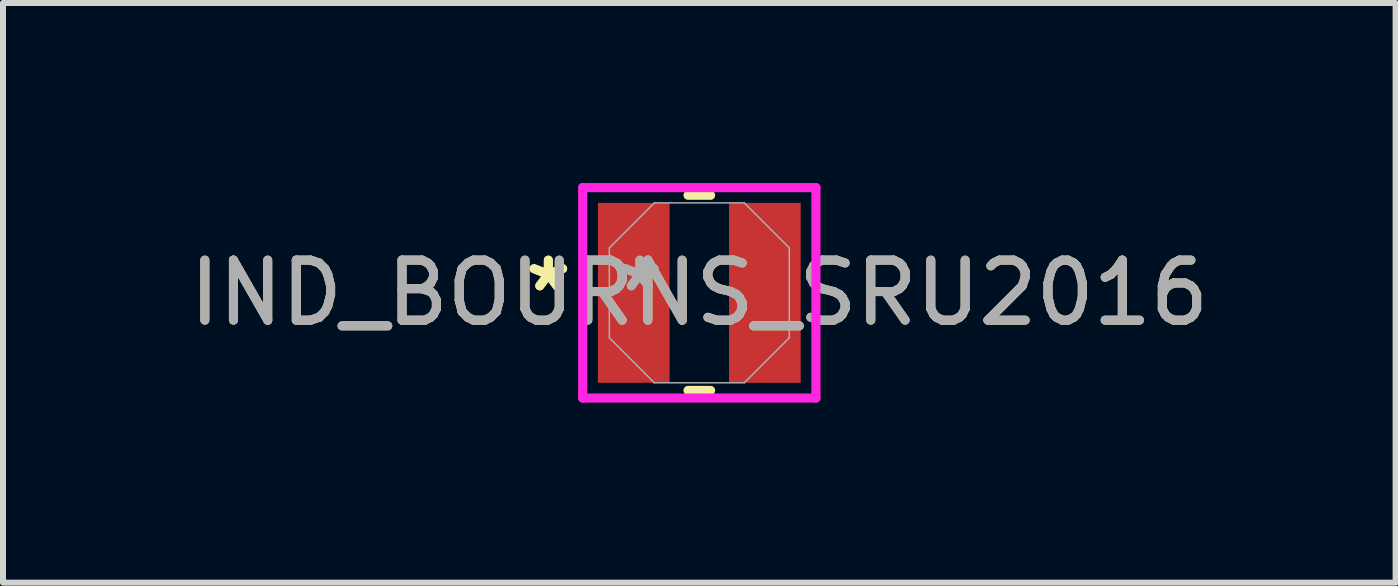
<source format=kicad_pcb>
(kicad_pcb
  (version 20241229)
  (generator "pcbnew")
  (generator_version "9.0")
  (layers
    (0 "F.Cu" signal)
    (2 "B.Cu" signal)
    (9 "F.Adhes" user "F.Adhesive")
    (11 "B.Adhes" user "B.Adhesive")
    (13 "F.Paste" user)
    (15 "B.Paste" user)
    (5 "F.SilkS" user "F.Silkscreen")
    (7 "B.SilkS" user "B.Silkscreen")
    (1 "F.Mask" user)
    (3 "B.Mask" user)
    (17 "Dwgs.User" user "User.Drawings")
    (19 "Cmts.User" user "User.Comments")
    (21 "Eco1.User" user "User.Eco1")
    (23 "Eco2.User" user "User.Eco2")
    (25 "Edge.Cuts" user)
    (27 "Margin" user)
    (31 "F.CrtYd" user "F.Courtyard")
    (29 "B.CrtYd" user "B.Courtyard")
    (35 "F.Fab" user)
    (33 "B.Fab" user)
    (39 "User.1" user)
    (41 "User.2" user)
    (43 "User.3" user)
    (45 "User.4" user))
  (footprint "IND_BOURNS_SRU2016"
    (layer "F.Cu")
    (at 8.601 1.829)
    (property "Reference" "IND_BOURNS_SRU2016" (at 0 0 0) (unlocked yes) (layer "F.SilkS") (effects (font (size 1 1) (thickness 0.15))))
    (attr smd)
    (fp_line (start -0.188 1.626) (end 0.188 1.626) (stroke (width 0.152) (type solid)) (layer "F.SilkS"))
    (fp_line (start 0.188 -1.626) (end -0.188 -1.626) (stroke (width 0.152) (type solid)) (layer "F.SilkS"))
    (fp_line (start -1.943 -1.753) (end 1.943 -1.753) (stroke (width 0.152) (type solid)) (layer "F.CrtYd"))
    (fp_line (start -1.943 1.753) (end -1.943 -1.753) (stroke (width 0.152) (type solid)) (layer "F.CrtYd"))
    (fp_line (start 1.943 -1.753) (end 1.943 1.753) (stroke (width 0.152) (type solid)) (layer "F.CrtYd"))
    (fp_line (start 1.943 1.753) (end -1.943 1.753) (stroke (width 0.152) (type solid)) (layer "F.CrtYd"))
    (fp_line (start -1.499 -0.749) (end -1.499 0.749) (stroke (width 0.025) (type solid)) (layer "F.Fab"))
    (fp_line (start -1.499 0.749) (end -0.749 1.499) (stroke (width 0.025) (type solid)) (layer "F.Fab"))
    (fp_line (start -0.749 -1.499) (end -1.499 -0.749) (stroke (width 0.025) (type solid)) (layer "F.Fab"))
    (fp_line (start -0.749 1.499) (end 0.749 1.499) (stroke (width 0.025) (type solid)) (layer "F.Fab"))
    (fp_line (start 0.749 -1.499) (end -0.749 -1.499) (stroke (width 0.025) (type solid)) (layer "F.Fab"))
    (fp_line (start 0.749 1.499) (end 1.499 0.749) (stroke (width 0.025) (type solid)) (layer "F.Fab"))
    (fp_line (start 1.499 -0.749) (end 0.749 -1.499) (stroke (width 0.025) (type solid)) (layer "F.Fab"))
    (fp_line (start 1.499 0.749) (end 1.499 -0.749) (stroke (width 0.025) (type solid)) (layer "F.Fab"))
    (fp_text user "*" (at -2.515 0 0) (unlocked yes) (layer "F.SilkS") (effects (font (size 1 1) (thickness 0.15))))
    (fp_text user "*" (at -2.515 0 0) (layer "F.SilkS") (effects (font (size 1 1) (thickness 0.15))))
    (fp_text user "${REFERENCE}" (at 0 0 0) (unlocked yes) (layer "F.Fab") (effects (font (size 1 1) (thickness 0.15))))
    (fp_text user "*" (at -0.991 0 0) (layer "F.Fab") (effects (font (size 1 1) (thickness 0.15))))
    (fp_text user "*" (at -0.991 0 0) (unlocked yes) (layer "F.Fab") (effects (font (size 1 1) (thickness 0.15))))
    (pad "1" smd rect (at -1.092 0) (size 1.194 2.997) (layers "F.Cu" "F.Mask" "F.Paste"))
    (pad "2" smd rect (at 1.092 0) (size 1.194 2.997) (layers "F.Cu" "F.Mask" "F.Paste")))
  (gr_rect
    (start -3 -3)
    (end 20.202 6.658)
    (stroke (width 0.1) (type default))
    (fill no)
    (layer "Edge.Cuts")))
</source>
